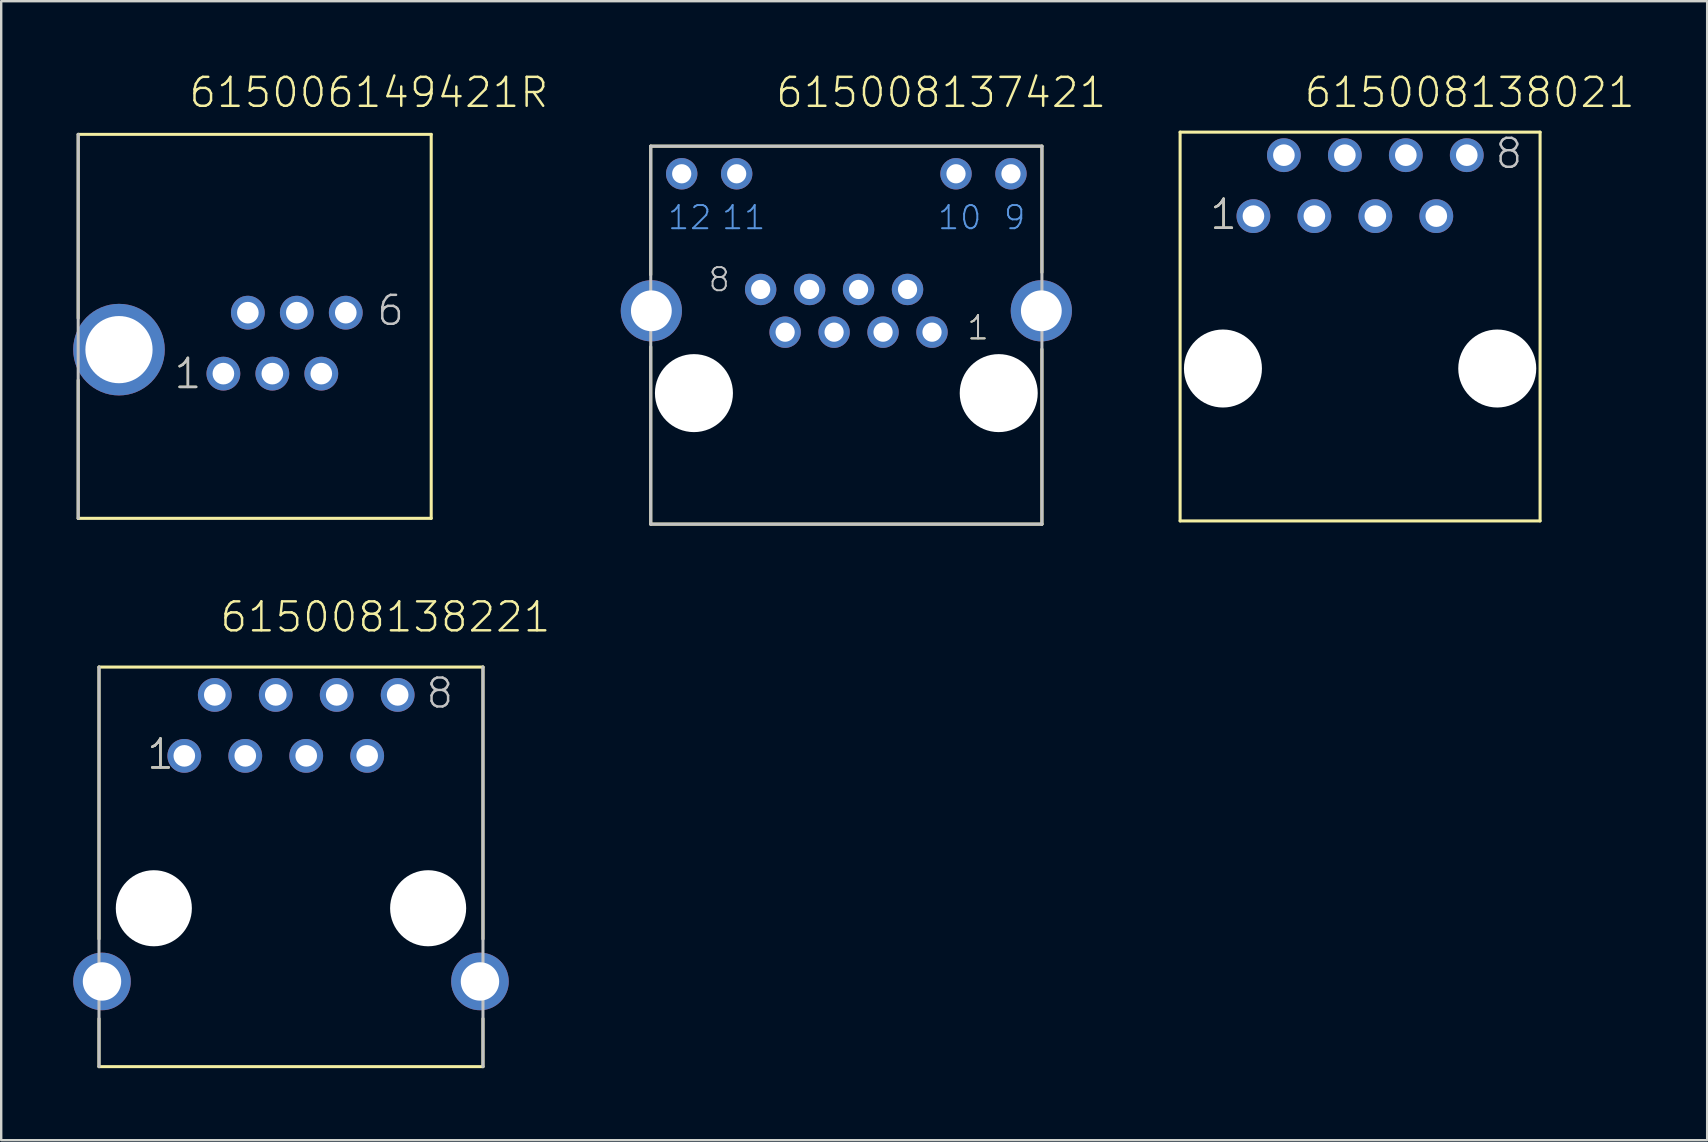
<source format=kicad_pcb>
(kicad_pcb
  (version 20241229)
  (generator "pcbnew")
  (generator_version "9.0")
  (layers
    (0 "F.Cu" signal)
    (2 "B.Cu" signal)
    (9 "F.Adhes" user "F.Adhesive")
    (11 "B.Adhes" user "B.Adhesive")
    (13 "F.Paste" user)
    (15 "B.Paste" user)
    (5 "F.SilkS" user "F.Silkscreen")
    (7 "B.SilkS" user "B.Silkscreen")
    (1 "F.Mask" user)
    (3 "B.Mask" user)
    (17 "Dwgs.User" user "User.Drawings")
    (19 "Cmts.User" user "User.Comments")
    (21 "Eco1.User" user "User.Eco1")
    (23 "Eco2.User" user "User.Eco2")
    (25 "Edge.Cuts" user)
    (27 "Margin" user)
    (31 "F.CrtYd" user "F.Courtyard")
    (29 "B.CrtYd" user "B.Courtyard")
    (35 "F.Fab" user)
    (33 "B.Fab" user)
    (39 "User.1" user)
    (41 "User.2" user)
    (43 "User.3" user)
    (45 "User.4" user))
  (footprint "615008138221"
    (layer "F.Cu")
    (at 9.075 27.176)
    (property "Reference" "615008138221" (at -3.025 -3.81 0) (layer "F.SilkS") (effects (font (size 1.206 1.206) (thickness 0.102)) (justify left bottom)))
    (attr through_hole)
    (fp_line (start -8 -2.43) (end 8 -2.43) (stroke (width 0.127) (type solid)) (layer "F.SilkS"))
    (fp_line (start -8 8.9) (end -8 -2.43) (stroke (width 0.127) (type solid)) (layer "F.SilkS"))
    (fp_line (start -8 12.22) (end -8 14.22) (stroke (width 0.127) (type solid)) (layer "F.SilkS"))
    (fp_line (start 8 8.9) (end 8 -2.43) (stroke (width 0.127) (type solid)) (layer "F.SilkS"))
    (fp_line (start 8 12.22) (end 8 14.22) (stroke (width 0.127) (type solid)) (layer "F.SilkS"))
    (fp_line (start 8 14.22) (end -8 14.22) (stroke (width 0.127) (type solid)) (layer "F.SilkS"))
    (fp_line (start -8 14.22) (end -8 -2.43) (stroke (width 0.127) (type solid)) (layer "Dwgs.User"))
    (fp_line (start 8 -2.43) (end 8 14.22) (stroke (width 0.127) (type solid)) (layer "Dwgs.User"))
    (fp_text user "1" (at -6.08 1.905 0) (layer "F.SilkS") (effects (font (size 1.206 1.206) (thickness 0.102)) (justify left bottom)))
    (fp_text user "1" (at -6.08 1.905 0) (layer "Dwgs.User") (effects (font (size 1.206 1.206) (thickness 0.102)) (justify left bottom)))
    (fp_text user "8" (at 5.56 -0.635 0) (layer "Dwgs.User") (effects (font (size 1.206 1.206) (thickness 0.102)) (justify left bottom)))
    (pad "" np_thru_hole circle (at -5.715 7.62) (size 3.17 3.17) (drill 3.17) (layers "*.Cu"))
    (pad "" np_thru_hole circle (at 5.715 7.62) (size 3.17 3.17) (drill 3.17) (layers "*.Cu"))
    (pad "1" thru_hole circle (at -4.445 1.27) (size 1.408 1.408) (drill 0.9) (layers "*.Cu" "*.Mask"))
    (pad "2" thru_hole circle (at -3.175 -1.27) (size 1.408 1.408) (drill 0.9) (layers "*.Cu" "*.Mask"))
    (pad "3" thru_hole circle (at -1.905 1.27) (size 1.408 1.408) (drill 0.9) (layers "*.Cu" "*.Mask"))
    (pad "4" thru_hole circle (at -0.635 -1.27) (size 1.408 1.408) (drill 0.9) (layers "*.Cu" "*.Mask"))
    (pad "5" thru_hole circle (at 0.635 1.27) (size 1.408 1.408) (drill 0.9) (layers "*.Cu" "*.Mask"))
    (pad "6" thru_hole circle (at 1.905 -1.27) (size 1.408 1.408) (drill 0.9) (layers "*.Cu" "*.Mask"))
    (pad "7" thru_hole circle (at 3.175 1.27) (size 1.408 1.408) (drill 0.9) (layers "*.Cu" "*.Mask"))
    (pad "8" thru_hole circle (at 4.445 -1.27) (size 1.408 1.408) (drill 0.9) (layers "*.Cu" "*.Mask"))
    (pad "SHEL" thru_hole circle (at -7.875 10.67) (size 2.4 2.4) (drill 1.6) (layers "*.Cu" "*.Mask"))
    (pad "SHEL" thru_hole circle (at 7.875 10.67) (size 2.4 2.4) (drill 1.6) (layers "*.Cu" "*.Mask")))
  (footprint "615006149421R"
    (layer "F.Cu")
    (at 11.338 9.979)
    (property "Reference" "615006149421R" (at -6.58 -8.468 0) (layer "F.SilkS") (effects (font (size 1.206 1.206) (thickness 0.102)) (justify left bottom)))
    (attr through_hole)
    (fp_line (start -11.13 -7.43) (end 3.58 -7.43) (stroke (width 0.127) (type solid)) (layer "F.SilkS"))
    (fp_line (start -11.13 0.23) (end -11.13 -7.43) (stroke (width 0.127) (type solid)) (layer "F.SilkS"))
    (fp_line (start -11.13 2.81) (end -11.13 8.57) (stroke (width 0.127) (type solid)) (layer "F.SilkS"))
    (fp_line (start 3.58 -7.43) (end 3.58 8.57) (stroke (width 0.127) (type solid)) (layer "F.SilkS"))
    (fp_line (start 3.58 8.57) (end -11.13 8.57) (stroke (width 0.127) (type solid)) (layer "F.SilkS"))
    (fp_line (start -11.13 8.57) (end -11.13 -7.43) (stroke (width 0.127) (type solid)) (layer "Dwgs.User"))
    (fp_text user "1" (at -7.2 3.245 0) (layer "F.SilkS") (effects (font (size 1.206 1.206) (thickness 0.102)) (justify left bottom)))
    (fp_text user "1" (at -7.2 3.245 0) (layer "Dwgs.User") (effects (font (size 1.206 1.206) (thickness 0.102)) (justify left bottom)))
    (fp_text user "6" (at 1.245 0.615 0) (layer "Dwgs.User") (effects (font (size 1.206 1.206) (thickness 0.102)) (justify left bottom)))
    (pad "1" thru_hole circle (at -5.08 2.54 180) (size 1.408 1.408) (drill 0.9) (layers "*.Cu" "*.Mask"))
    (pad "2" thru_hole circle (at -4.06 0 180) (size 1.408 1.408) (drill 0.9) (layers "*.Cu" "*.Mask"))
    (pad "3" thru_hole circle (at -3.04 2.54 180) (size 1.408 1.408) (drill 0.9) (layers "*.Cu" "*.Mask"))
    (pad "4" thru_hole circle (at -2.02 0 180) (size 1.408 1.408) (drill 0.9) (layers "*.Cu" "*.Mask"))
    (pad "5" thru_hole circle (at -1 2.54 180) (size 1.408 1.408) (drill 0.9) (layers "*.Cu" "*.Mask"))
    (pad "6" thru_hole circle (at 0.02 0 180) (size 1.408 1.408) (drill 0.9) (layers "*.Cu" "*.Mask"))
    (pad "SHEL" thru_hole circle (at -9.43 1.54 180) (size 3.816 3.816) (drill 2.8) (layers "*.Cu" "*.Mask")))
  (footprint "615008138021"
    (layer "F.Cu")
    (at 53.624 4.686)
    (property "Reference" "615008138021" (at -2.39 -3.175 0) (layer "F.SilkS") (effects (font (size 1.206 1.206) (thickness 0.102)) (justify left bottom)))
    (attr through_hole)
    (fp_line (start -7.5 -2.23) (end 7.5 -2.23) (stroke (width 0.127) (type solid)) (layer "F.SilkS"))
    (fp_line (start -7.5 13.97) (end -7.5 -2.23) (stroke (width 0.127) (type solid)) (layer "F.SilkS"))
    (fp_line (start 7.5 -2.23) (end 7.5 13.97) (stroke (width 0.127) (type solid)) (layer "F.SilkS"))
    (fp_line (start 7.5 13.97) (end -7.5 13.97) (stroke (width 0.127) (type solid)) (layer "F.SilkS"))
    (fp_text user "1" (at -6.33 1.905 0) (layer "F.SilkS") (effects (font (size 1.206 1.206) (thickness 0.102)) (justify left bottom)))
    (fp_text user "8" (at 5.56 -0.635 0) (layer "Dwgs.User") (effects (font (size 1.206 1.206) (thickness 0.102)) (justify left bottom)))
    (fp_text user "1" (at -6.33 1.905 0) (layer "Dwgs.User") (effects (font (size 1.206 1.206) (thickness 0.102)) (justify left bottom)))
    (pad "" np_thru_hole circle (at -5.715 7.62) (size 3.25 3.25) (drill 3.25) (layers "*.Cu"))
    (pad "" np_thru_hole circle (at 5.715 7.62) (size 3.25 3.25) (drill 3.25) (layers "*.Cu"))
    (pad "1" thru_hole circle (at -4.445 1.27) (size 1.408 1.408) (drill 0.9) (layers "*.Cu" "*.Mask"))
    (pad "2" thru_hole circle (at -3.175 -1.27) (size 1.408 1.408) (drill 0.9) (layers "*.Cu" "*.Mask"))
    (pad "3" thru_hole circle (at -1.905 1.27) (size 1.408 1.408) (drill 0.9) (layers "*.Cu" "*.Mask"))
    (pad "4" thru_hole circle (at -0.635 -1.27) (size 1.408 1.408) (drill 0.9) (layers "*.Cu" "*.Mask"))
    (pad "5" thru_hole circle (at 0.635 1.27) (size 1.408 1.408) (drill 0.9) (layers "*.Cu" "*.Mask"))
    (pad "6" thru_hole circle (at 1.905 -1.27) (size 1.408 1.408) (drill 0.9) (layers "*.Cu" "*.Mask"))
    (pad "7" thru_hole circle (at 3.175 1.27) (size 1.408 1.408) (drill 0.9) (layers "*.Cu" "*.Mask"))
    (pad "8" thru_hole circle (at 4.445 -1.27) (size 1.408 1.408) (drill 0.9) (layers "*.Cu" "*.Mask")))
  (footprint "615008137421"
    (layer "F.Cu")
    (at 32.216 13.331)
    (property "Reference" "615008137421" (at -3.007 -11.82 0) (layer "F.SilkS") (effects (font (size 1.206 1.206) (thickness 0.102)) (justify left bottom)))
    (attr through_hole)
    (fp_line (start -8.15 -10.29) (end 8.15 -10.29) (stroke (width 0.127) (type solid)) (layer "F.SilkS"))
    (fp_line (start -8.15 -4.93) (end -8.15 -10.29) (stroke (width 0.127) (type solid)) (layer "F.SilkS"))
    (fp_line (start -8.15 -1.93) (end -8.15 5.46) (stroke (width 0.127) (type solid)) (layer "F.SilkS"))
    (fp_line (start -8.15 5.46) (end 8.15 5.46) (stroke (width 0.127) (type solid)) (layer "F.SilkS"))
    (fp_line (start 8.15 -10.29) (end 8.15 -5.03) (stroke (width 0.127) (type solid)) (layer "F.SilkS"))
    (fp_line (start 8.15 5.46) (end 8.15 -1.83) (stroke (width 0.127) (type solid)) (layer "F.SilkS"))
    (fp_line (start -8.15 -10.29) (end 8.15 -10.29) (stroke (width 0.127) (type solid)) (layer "Dwgs.User"))
    (fp_line (start -8.15 5.46) (end -8.15 -10.29) (stroke (width 0.127) (type solid)) (layer "Dwgs.User"))
    (fp_line (start 8.15 -10.29) (end 8.15 5.46) (stroke (width 0.127) (type solid)) (layer "Dwgs.User"))
    (fp_line (start 8.15 5.46) (end -8.15 5.46) (stroke (width 0.127) (type solid)) (layer "Dwgs.User"))
    (fp_text user "1" (at 4.975 -2.16 0) (layer "F.SilkS") (effects (font (size 0.965 0.965) (thickness 0.081)) (justify left bottom)))
    (fp_text user "1" (at 4.975 -2.16 0) (layer "Dwgs.User") (effects (font (size 0.965 0.965) (thickness 0.081)) (justify left bottom)))
    (fp_text user "8" (at -5.81 -4.165 0) (layer "Dwgs.User") (effects (font (size 0.965 0.965) (thickness 0.081)) (justify left bottom)))
    (fp_text user "10" (at 3.75 -6.75 0) (layer "Cmts.User") (effects (font (size 0.965 0.965) (thickness 0.081)) (justify left bottom)))
    (fp_text user "9" (at 6.5 -6.75 0) (layer "Cmts.User") (effects (font (size 0.965 0.965) (thickness 0.081)) (justify left bottom)))
    (fp_text user "11" (at -5.25 -6.75 0) (layer "Cmts.User") (effects (font (size 0.965 0.965) (thickness 0.081)) (justify left bottom)))
    (fp_text user "12" (at -7.5 -6.75 0) (layer "Cmts.User") (effects (font (size 0.965 0.965) (thickness 0.081)) (justify left bottom)))
    (pad "" np_thru_hole circle (at -6.35 0) (size 3.25 3.25) (drill 3.25) (layers "*.Cu"))
    (pad "" np_thru_hole circle (at 6.35 0) (size 3.25 3.25) (drill 3.25) (layers "*.Cu"))
    (pad "1" thru_hole circle (at 3.57 -2.54) (size 1.308 1.308) (drill 0.8) (layers "*.Cu" "*.Mask"))
    (pad "2" thru_hole circle (at 2.55 -4.32) (size 1.308 1.308) (drill 0.8) (layers "*.Cu" "*.Mask"))
    (pad "3" thru_hole circle (at 1.53 -2.54) (size 1.308 1.308) (drill 0.8) (layers "*.Cu" "*.Mask"))
    (pad "4" thru_hole circle (at 0.51 -4.32) (size 1.308 1.308) (drill 0.8) (layers "*.Cu" "*.Mask"))
    (pad "5" thru_hole circle (at -0.51 -2.54) (size 1.308 1.308) (drill 0.8) (layers "*.Cu" "*.Mask"))
    (pad "6" thru_hole circle (at -1.53 -4.32) (size 1.308 1.308) (drill 0.8) (layers "*.Cu" "*.Mask"))
    (pad "7" thru_hole circle (at -2.55 -2.54) (size 1.308 1.308) (drill 0.8) (layers "*.Cu" "*.Mask"))
    (pad "8" thru_hole circle (at -3.57 -4.32) (size 1.308 1.308) (drill 0.8) (layers "*.Cu" "*.Mask"))
    (pad "9" thru_hole circle (at 6.86 -9.14) (size 1.308 1.308) (drill 0.8) (layers "*.Cu" "*.Mask"))
    (pad "10" thru_hole circle (at 4.57 -9.14) (size 1.308 1.308) (drill 0.8) (layers "*.Cu" "*.Mask"))
    (pad "11" thru_hole circle (at -4.57 -9.14) (size 1.308 1.308) (drill 0.8) (layers "*.Cu" "*.Mask"))
    (pad "12" thru_hole circle (at -6.86 -9.14) (size 1.308 1.308) (drill 0.8) (layers "*.Cu" "*.Mask"))
    (pad "SHEL" thru_hole circle (at -8.125 -3.43) (size 2.55 2.55) (drill 1.7) (layers "*.Cu" "*.Mask"))
    (pad "SHEL" thru_hole circle (at 8.125 -3.43) (size 2.55 2.55) (drill 1.7) (layers "*.Cu" "*.Mask")))
  (gr_rect
    (start -3 -3)
    (end 68.086 44.46)
    (stroke (width 0.1) (type default))
    (fill no)
    (layer "Edge.Cuts")))
</source>
